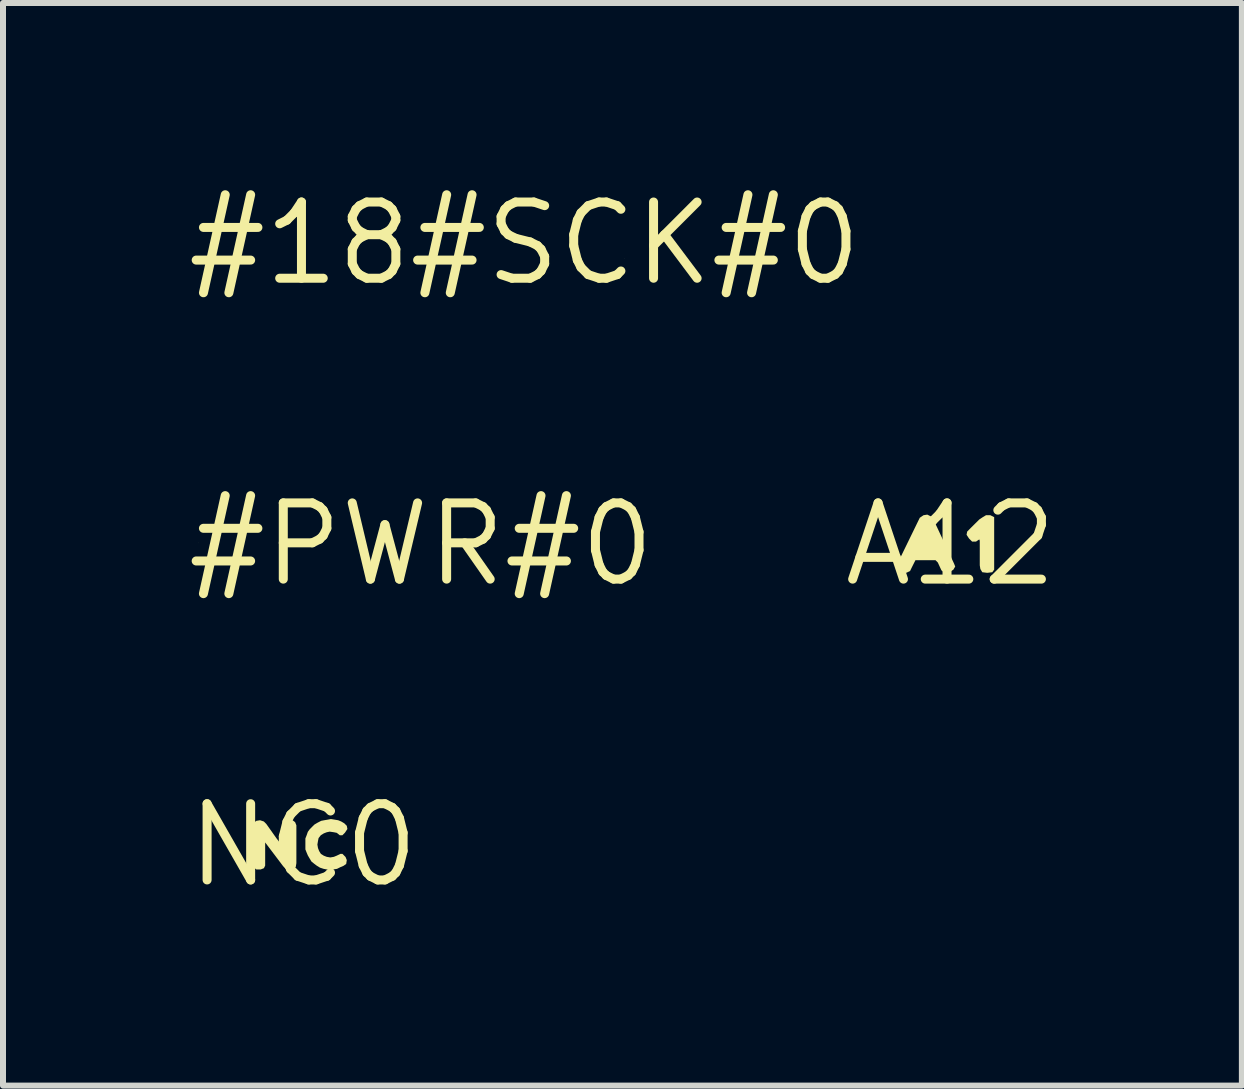
<source format=kicad_pcb>
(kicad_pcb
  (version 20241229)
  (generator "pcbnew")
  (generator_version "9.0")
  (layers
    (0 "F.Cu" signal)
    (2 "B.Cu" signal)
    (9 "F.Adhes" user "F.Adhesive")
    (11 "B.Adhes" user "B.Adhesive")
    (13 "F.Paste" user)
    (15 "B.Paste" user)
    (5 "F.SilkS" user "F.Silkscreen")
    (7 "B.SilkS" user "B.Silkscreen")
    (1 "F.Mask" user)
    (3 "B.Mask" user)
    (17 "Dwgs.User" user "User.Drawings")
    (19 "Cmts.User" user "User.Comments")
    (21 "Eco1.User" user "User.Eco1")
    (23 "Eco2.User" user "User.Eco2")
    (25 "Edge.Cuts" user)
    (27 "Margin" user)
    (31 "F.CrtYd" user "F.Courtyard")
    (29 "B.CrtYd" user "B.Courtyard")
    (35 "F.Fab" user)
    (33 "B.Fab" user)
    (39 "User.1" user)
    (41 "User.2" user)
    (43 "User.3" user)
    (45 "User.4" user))
  (footprint "#18#SCK#0"
    (layer "F.Cu")
    (at 5.692 1.006)
    (property "Reference" "#18#SCK#0" (at 0 0 0) (layer "F.SilkS") (effects (font (size 1.27 1.27) (thickness 0.15))))
    (fp_poly (pts (xy 1.664 0.246) (xy 1.66 0.25) (xy 1.66 0.245) (xy 1.662 0.245)) (stroke (width 0) (type default)) (fill yes) (layer "F.SilkS")))
  (footprint "NC0"
    (layer "F.Cu")
    (at 2.003 11.031)
    (property "Reference" "NC0" (at 0 0 0) (layer "F.SilkS") (effects (font (size 1.27 1.27) (thickness 0.15))))
    (fp_poly (pts (xy -0.657 -0.394) (xy -0.616 -0.353) (xy -0.446 -0.113) (xy -0.325 0.045) (xy -0.325 -0.341) (xy -0.304 -0.394) (xy -0.251 -0.415) (xy -0.178 -0.415) (xy -0.136 -0.383) (xy -0.115 -0.331) (xy -0.115 0.3) (xy -0.125 0.362) (xy -0.158 0.395) (xy -0.23 0.405) (xy -0.282 0.405) (xy -0.334 0.353) (xy -0.635 -0.045) (xy -0.635 0.341) (xy -0.656 0.384) (xy -0.709 0.405) (xy -0.782 0.405) (xy -0.825 0.373) (xy -0.835 0.32) (xy -0.835 -0.32) (xy -0.825 -0.373) (xy -0.782 -0.405) (xy -0.72 -0.415)) (stroke (width 0) (type default)) (fill yes) (layer "F.SilkS"))
    (fp_poly (pts (xy 0.521 -0.425) (xy 0.581 -0.415) (xy 0.632 -0.394) (xy 0.683 -0.364) (xy 0.725 -0.322) (xy 0.735 -0.269) (xy 0.694 -0.207) (xy 0.652 -0.165) (xy 0.608 -0.165) (xy 0.558 -0.205) (xy 0.509 -0.215) (xy 0.44 -0.225) (xy 0.391 -0.215) (xy 0.342 -0.196) (xy 0.293 -0.166) (xy 0.255 -0.118) (xy 0.245 -0.069) (xy 0.235 -0.01) (xy 0.245 0.049) (xy 0.264 0.098) (xy 0.294 0.146) (xy 0.342 0.176) (xy 0.391 0.195) (xy 0.45 0.205) (xy 0.509 0.195) (xy 0.558 0.175) (xy 0.619 0.145) (xy 0.652 0.145) (xy 0.704 0.197) (xy 0.725 0.249) (xy 0.715 0.313) (xy 0.672 0.344) (xy 0.622 0.365) (xy 0.562 0.395) (xy 0.5 0.405) (xy 0.39 0.405) (xy 0.339 0.395) (xy 0.278 0.375) (xy 0.227 0.344) (xy 0.187 0.314) (xy 0.136 0.273) (xy 0.106 0.223) (xy 0.076 0.172) (xy 0.055 0.122) (xy 0.035 0.071) (xy 0.035 -0.111) (xy 0.055 -0.162) (xy 0.076 -0.222) (xy 0.106 -0.263) (xy 0.146 -0.304) (xy 0.187 -0.344) (xy 0.238 -0.374) (xy 0.298 -0.405) (xy 0.349 -0.415) (xy 0.409 -0.425) (xy 0.46 -0.435)) (stroke (width 0) (type default)) (fill yes) (layer "F.SilkS")))
  (footprint "A12"
    (layer "F.Cu")
    (at 12.789 6.019)
    (property "Reference" "A12" (at 0 0 0) (layer "F.SilkS") (effects (font (size 1.27 1.27) (thickness 0.15))))
    (fp_poly (pts (xy 0.725 -0.453) (xy 0.725 0.422) (xy 0.693 0.465) (xy 0.61 0.475) (xy 0.527 0.465) (xy 0.495 0.412) (xy 0.485 0.35) (xy 0.485 -0.059) (xy 0.477 -0.082) (xy 0.422 -0.045) (xy 0.358 -0.045) (xy 0.306 -0.097) (xy 0.265 -0.159) (xy 0.275 -0.212) (xy 0.336 -0.274) (xy 0.477 -0.414) (xy 0.537 -0.454) (xy 0.589 -0.485) (xy 0.661 -0.485)) (stroke (width 0) (type default)) (fill yes) (layer "F.SilkS"))
    (fp_poly (pts (xy -0.327 -0.464) (xy -0.296 -0.433) (xy 0.055 0.318) (xy 0.076 0.37) (xy 0.044 0.424) (xy -0.039 0.475) (xy -0.102 0.475) (xy -0.154 0.433) (xy -0.214 0.303) (xy -0.252 0.265) (xy -0.587 0.265) (xy -0.646 0.382) (xy -0.676 0.444) (xy -0.739 0.475) (xy -0.802 0.465) (xy -0.874 0.413) (xy -0.895 0.36) (xy -0.875 0.298) (xy -0.544 -0.382) (xy -0.514 -0.443) (xy -0.452 -0.485) (xy -0.389 -0.495)) (stroke (width 0) (type default)) (fill yes) (layer "F.SilkS")))
  (footprint "#PWR#0"
    (layer "F.Cu")
    (at 3.968 6.019)
    (property "Reference" "#PWR#0" (at 0 0 0) (layer "F.SilkS") (effects (font (size 1.27 1.27) (thickness 0.15))))
    (fp_poly (pts (xy -3.707 -0.024) (xy -3.71 -0.02) (xy -3.71 -0.025) (xy -3.708 -0.025)) (stroke (width 0) (type default)) (fill yes) (layer "F.SilkS")))
  (gr_rect
    (start -3 -3)
    (end 17.641 15.037)
    (stroke (width 0.1) (type default))
    (fill no)
    (layer "Edge.Cuts")))
</source>
